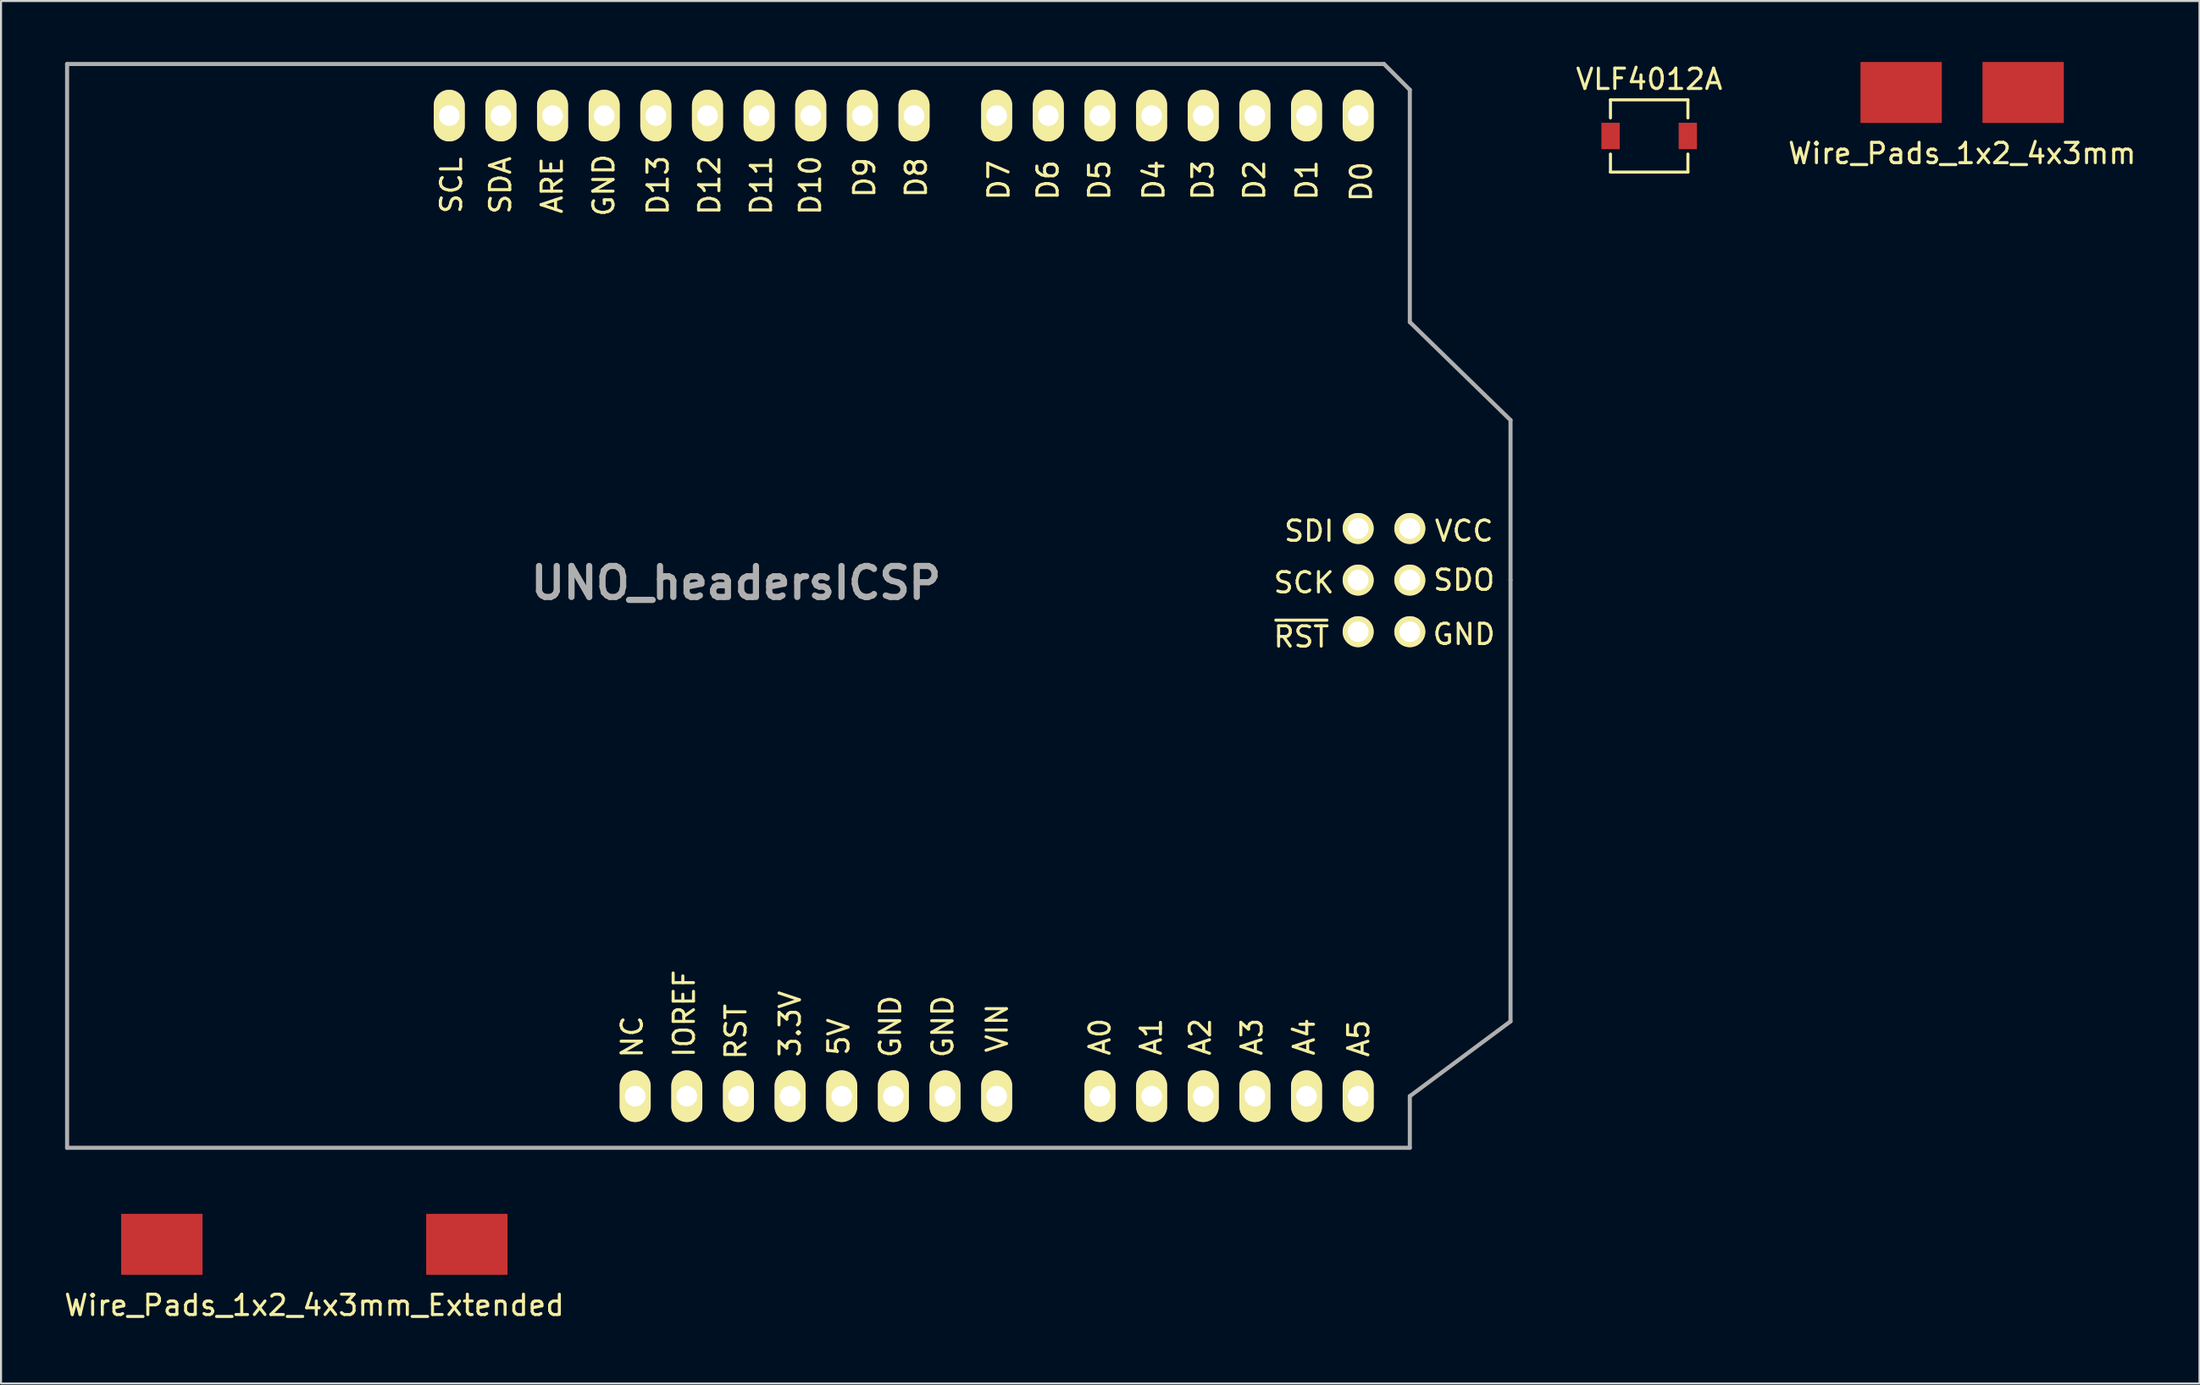
<source format=kicad_pcb>
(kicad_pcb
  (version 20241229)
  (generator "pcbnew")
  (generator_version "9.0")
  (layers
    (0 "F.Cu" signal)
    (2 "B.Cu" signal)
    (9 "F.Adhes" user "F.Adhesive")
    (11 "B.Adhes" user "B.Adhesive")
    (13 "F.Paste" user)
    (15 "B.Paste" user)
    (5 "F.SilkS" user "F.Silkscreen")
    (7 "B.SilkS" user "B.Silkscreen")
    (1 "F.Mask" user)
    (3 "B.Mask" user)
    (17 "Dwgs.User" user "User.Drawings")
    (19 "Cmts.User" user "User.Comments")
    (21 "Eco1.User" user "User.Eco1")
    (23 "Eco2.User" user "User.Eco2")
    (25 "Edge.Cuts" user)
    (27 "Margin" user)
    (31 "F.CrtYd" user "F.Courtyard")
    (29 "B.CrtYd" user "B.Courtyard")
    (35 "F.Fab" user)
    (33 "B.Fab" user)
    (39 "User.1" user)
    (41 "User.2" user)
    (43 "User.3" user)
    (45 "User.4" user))
  (footprint "UNO_headersICSP"
    (layer "F.Cu")
    (at 0.25 53.44)
    (property "Reference" "UNO_headersICSP" (at 32.9 -27.8 0) (layer "F.Fab") (effects (font (size 1.524 1.524) (thickness 0.305))))
    (attr through_hole)
    (fp_line (start 0 0) (end 0 -53.34) (stroke (width 0.2) (type solid)) (layer "F.Fab"))
    (fp_line (start 0 0) (end 66.04 0) (stroke (width 0.2) (type solid)) (layer "F.Fab"))
    (fp_line (start 64.77 -53.34) (end 0 -53.34) (stroke (width 0.2) (type solid)) (layer "F.Fab"))
    (fp_line (start 66.04 -52.07) (end 64.77 -53.34) (stroke (width 0.2) (type solid)) (layer "F.Fab"))
    (fp_line (start 66.04 -40.64) (end 66.04 -52.07) (stroke (width 0.2) (type solid)) (layer "F.Fab"))
    (fp_line (start 66.04 -40.64) (end 70.993 -35.814) (stroke (width 0.2) (type solid)) (layer "F.Fab"))
    (fp_line (start 66.04 -2.54) (end 66.04 0) (stroke (width 0.2) (type solid)) (layer "F.Fab"))
    (fp_line (start 66.04 -2.54) (end 70.993 -6.223) (stroke (width 0.2) (type solid)) (layer "F.Fab"))
    (fp_line (start 70.993 -35.814) (end 70.993 -27.94) (stroke (width 0.2) (type solid)) (layer "F.Fab"))
    (fp_line (start 70.993 -27.94) (end 70.993 -6.223) (stroke (width 0.2) (type solid)) (layer "F.Fab"))
    (fp_text user "A0" (at 50.8 -5.461 90) (layer "F.SilkS") (effects (font (size 1 1) (thickness 0.15))))
    (fp_text user "D9" (at 39.223 -47.752 90) (layer "F.SilkS") (effects (font (size 1 1) (thickness 0.15))))
    (fp_text user "SDO" (at 68.707 -27.94 0) (layer "F.SilkS") (effects (font (size 1 1) (thickness 0.15))))
    (fp_text user "D6" (at 48.24 -47.625 90) (layer "F.SilkS") (effects (font (size 1 1) (thickness 0.15))))
    (fp_text user "D1" (at 60.975 -47.625 90) (layer "F.SilkS") (effects (font (size 1 1) (thickness 0.15))))
    (fp_text user "SCK" (at 60.833 -27.813 0) (layer "F.SilkS") (effects (font (size 1 1) (thickness 0.15))))
    (fp_text user "A1" (at 53.32 -5.461 90) (layer "F.SilkS") (effects (font (size 1 1) (thickness 0.15))))
    (fp_text user "A2" (at 55.733 -5.461 90) (layer "F.SilkS") (effects (font (size 1 1) (thickness 0.15))))
    (fp_text user "D0" (at 63.65 -47.55 90) (layer "F.SilkS") (effects (font (size 1 1) (thickness 0.15))))
    (fp_text user "D11" (at 34.143 -47.371 90) (layer "F.SilkS") (effects (font (size 1 1) (thickness 0.15))))
    (fp_text user "IOREF" (at 30.353 -6.604 90) (layer "F.SilkS") (effects (font (size 1 1) (thickness 0.15))))
    (fp_text user "D13" (at 29.063 -47.371 90) (layer "F.SilkS") (effects (font (size 1 1) (thickness 0.15))))
    (fp_text user "~{RST}" (at 60.706 -25.146 0) (layer "F.SilkS") (effects (font (size 1 1) (thickness 0.15))))
    (fp_text user "VIN" (at 45.743 -5.894 90) (layer "F.SilkS") (effects (font (size 1 1) (thickness 0.15))))
    (fp_text user "D12" (at 31.603 -47.371 90) (layer "F.SilkS") (effects (font (size 1 1) (thickness 0.15))))
    (fp_text user "RST" (at 32.893 -5.715 90) (layer "F.SilkS") (effects (font (size 1 1) (thickness 0.15))))
    (fp_text user "5V" (at 37.953 -5.461 90) (layer "F.SilkS") (effects (font (size 1 1) (thickness 0.15))))
    (fp_text user "SCL" (at 18.903 -47.371 90) (layer "F.SilkS") (effects (font (size 1 1) (thickness 0.15))))
    (fp_text user "GND" (at 26.396 -47.371 90) (layer "F.SilkS") (effects (font (size 1 1) (thickness 0.15))))
    (fp_text user "A5" (at 63.523 -5.386 90) (layer "F.SilkS") (effects (font (size 1 1) (thickness 0.15))))
    (fp_text user "3.3V" (at 35.56 -6.096 90) (layer "F.SilkS") (effects (font (size 1 1) (thickness 0.15))))
    (fp_text user "GND" (at 43.068 -5.969 90) (layer "F.SilkS") (effects (font (size 1 1) (thickness 0.15))))
    (fp_text user "D3" (at 55.86 -47.625 90) (layer "F.SilkS") (effects (font (size 1 1) (thickness 0.15))))
    (fp_text user "NC" (at 27.793 -5.461 90) (layer "F.SilkS") (effects (font (size 1 1) (thickness 0.15))))
    (fp_text user "VCC" (at 68.707 -30.353 0) (layer "F.SilkS") (effects (font (size 1 1) (thickness 0.15))))
    (fp_text user "GND" (at 68.707 -25.273 0) (layer "F.SilkS") (effects (font (size 1 1) (thickness 0.15))))
    (fp_text user "A3" (at 58.273 -5.461 90) (layer "F.SilkS") (effects (font (size 1 1) (thickness 0.15))))
    (fp_text user "SDA" (at 21.316 -47.371 90) (layer "F.SilkS") (effects (font (size 1 1) (thickness 0.15))))
    (fp_text user "GND" (at 40.493 -5.969 90) (layer "F.SilkS") (effects (font (size 1 1) (thickness 0.15))))
    (fp_text user "D5" (at 50.78 -47.625 90) (layer "F.SilkS") (effects (font (size 1 1) (thickness 0.15))))
    (fp_text user "D7" (at 45.827 -47.625 90) (layer "F.SilkS") (effects (font (size 1 1) (thickness 0.15))))
    (fp_text user "D10" (at 36.556 -47.371 90) (layer "F.SilkS") (effects (font (size 1 1) (thickness 0.15))))
    (fp_text user "D4" (at 53.447 -47.625 90) (layer "F.SilkS") (effects (font (size 1 1) (thickness 0.15))))
    (fp_text user "D2" (at 58.4 -47.625 90) (layer "F.SilkS") (effects (font (size 1 1) (thickness 0.15))))
    (fp_text user "D8" (at 41.763 -47.752 90) (layer "F.SilkS") (effects (font (size 1 1) (thickness 0.15))))
    (fp_text user "A4" (at 60.848 -5.461 90) (layer "F.SilkS") (effects (font (size 1 1) (thickness 0.15))))
    (fp_text user "SDI" (at 61.087 -30.353 0) (layer "F.SilkS") (effects (font (size 1 1) (thickness 0.15))))
    (fp_text user "ARE" (at 23.856 -47.371 90) (layer "F.SilkS") (effects (font (size 1 1) (thickness 0.15))))
    (pad "3V3" thru_hole oval (at 35.56 -2.54 90) (size 2.54 1.524) (drill 1.016) (layers "*.Cu" "*.Mask" "F.SilkS"))
    (pad "5V" thru_hole oval (at 38.1 -2.54 90) (size 2.54 1.524) (drill 1.016) (layers "*.Cu" "*.Mask" "F.SilkS"))
    (pad "A0" thru_hole oval (at 50.8 -2.54 90) (size 2.54 1.524) (drill 1.016) (layers "*.Cu" "*.Mask" "F.SilkS"))
    (pad "A1" thru_hole oval (at 53.34 -2.54 90) (size 2.54 1.524) (drill 1.016) (layers "*.Cu" "*.Mask" "F.SilkS"))
    (pad "A2" thru_hole oval (at 55.88 -2.54 90) (size 2.54 1.524) (drill 1.016) (layers "*.Cu" "*.Mask" "F.SilkS"))
    (pad "A3" thru_hole oval (at 58.42 -2.54 90) (size 2.54 1.524) (drill 1.016) (layers "*.Cu" "*.Mask" "F.SilkS"))
    (pad "A4" thru_hole oval (at 60.96 -2.54 90) (size 2.54 1.524) (drill 1.016) (layers "*.Cu" "*.Mask" "F.SilkS"))
    (pad "A5" thru_hole oval (at 63.5 -2.54 90) (size 2.54 1.524) (drill 1.016) (layers "*.Cu" "*.Mask" "F.SilkS"))
    (pad "AREF" thru_hole oval (at 23.876 -50.8 90) (size 2.54 1.524) (drill 1.016) (layers "*.Cu" "*.Mask" "F.SilkS"))
    (pad "D0" thru_hole oval (at 63.5 -50.8 90) (size 2.54 1.524) (drill 1.016) (layers "*.Cu" "*.Mask" "F.SilkS"))
    (pad "D1" thru_hole oval (at 60.96 -50.8 90) (size 2.54 1.524) (drill 1.016) (layers "*.Cu" "*.Mask" "F.SilkS"))
    (pad "D2" thru_hole oval (at 58.42 -50.8 90) (size 2.54 1.524) (drill 1.016) (layers "*.Cu" "*.Mask" "F.SilkS"))
    (pad "D3" thru_hole oval (at 55.88 -50.8 90) (size 2.54 1.524) (drill 1.016) (layers "*.Cu" "*.Mask" "F.SilkS"))
    (pad "D4" thru_hole oval (at 53.34 -50.8 90) (size 2.54 1.524) (drill 1.016) (layers "*.Cu" "*.Mask" "F.SilkS"))
    (pad "D5" thru_hole oval (at 50.8 -50.8 90) (size 2.54 1.524) (drill 1.016) (layers "*.Cu" "*.Mask" "F.SilkS"))
    (pad "D6" thru_hole oval (at 48.26 -50.8 90) (size 2.54 1.524) (drill 1.016) (layers "*.Cu" "*.Mask" "F.SilkS"))
    (pad "D7" thru_hole oval (at 45.72 -50.8 90) (size 2.54 1.524) (drill 1.016) (layers "*.Cu" "*.Mask" "F.SilkS"))
    (pad "D8" thru_hole oval (at 41.656 -50.8 90) (size 2.54 1.524) (drill 1.016) (layers "*.Cu" "*.Mask" "F.SilkS"))
    (pad "D9" thru_hole oval (at 39.116 -50.8 90) (size 2.54 1.524) (drill 1.016) (layers "*.Cu" "*.Mask" "F.SilkS"))
    (pad "D10" thru_hole oval (at 36.576 -50.8 90) (size 2.54 1.524) (drill 1.016) (layers "*.Cu" "*.Mask" "F.SilkS"))
    (pad "D11" thru_hole oval (at 34.036 -50.8 90) (size 2.54 1.524) (drill 1.016) (layers "*.Cu" "*.Mask" "F.SilkS"))
    (pad "D12" thru_hole oval (at 31.496 -50.8 90) (size 2.54 1.524) (drill 1.016) (layers "*.Cu" "*.Mask" "F.SilkS"))
    (pad "D13" thru_hole oval (at 28.956 -50.8 90) (size 2.54 1.524) (drill 1.016) (layers "*.Cu" "*.Mask" "F.SilkS"))
    (pad "GND1" thru_hole oval (at 40.64 -2.54 90) (size 2.54 1.524) (drill 1.016) (layers "*.Cu" "*.Mask" "F.SilkS"))
    (pad "GND2" thru_hole oval (at 43.18 -2.54 90) (size 2.54 1.524) (drill 1.016) (layers "*.Cu" "*.Mask" "F.SilkS"))
    (pad "GND3" thru_hole oval (at 26.416 -50.8 90) (size 2.54 1.524) (drill 1.016) (layers "*.Cu" "*.Mask" "F.SilkS"))
    (pad "IO" thru_hole oval (at 30.48 -2.54 90) (size 2.54 1.524) (drill 1.016) (layers "*.Cu" "*.Mask" "F.SilkS"))
    (pad "NC" thru_hole oval (at 27.94 -2.54 90) (size 2.54 1.524) (drill 1.016) (layers "*.Cu" "*.Mask" "F.SilkS"))
    (pad "RST" thru_hole oval (at 33.02 -2.54 90) (size 2.54 1.524) (drill 1.016) (layers "*.Cu" "*.Mask" "F.SilkS"))
    (pad "SCL" thru_hole oval (at 18.796 -50.8 90) (size 2.54 1.524) (drill 1.016) (layers "*.Cu" "*.Mask" "F.SilkS"))
    (pad "SDA" thru_hole oval (at 21.336 -50.8 90) (size 2.54 1.524) (drill 1.016) (layers "*.Cu" "*.Mask" "F.SilkS"))
    (pad "SP1" thru_hole circle (at 63.5 -30.48 90) (size 1.524 1.524) (drill 1.016) (layers "*.Cu" "*.Mask" "F.SilkS"))
    (pad "SP2" thru_hole circle (at 66.04 -30.48 90) (size 1.524 1.524) (drill 1.016) (layers "*.Cu" "*.Mask" "F.SilkS"))
    (pad "SP3" thru_hole circle (at 63.5 -27.94 90) (size 1.524 1.524) (drill 1.016) (layers "*.Cu" "*.Mask" "F.SilkS"))
    (pad "SP4" thru_hole circle (at 66.04 -27.94 90) (size 1.524 1.524) (drill 1.016) (layers "*.Cu" "*.Mask" "F.SilkS"))
    (pad "SP5" thru_hole circle (at 63.5 -25.4 90) (size 1.524 1.524) (drill 1.016) (layers "*.Cu" "*.Mask" "F.SilkS"))
    (pad "SP6" thru_hole circle (at 66.04 -25.4 90) (size 1.524 1.524) (drill 1.016) (layers "*.Cu" "*.Mask" "F.SilkS"))
    (pad "VIN" thru_hole oval (at 45.72 -2.54 90) (size 2.54 1.524) (drill 1.016) (layers "*.Cu" "*.Mask" "F.SilkS")))
  (footprint "Wire_Pads_1x2_4x3mm"
    (layer "F.Cu")
    (at 93.456 1.5)
    (property "Reference" "Wire_Pads_1x2_4x3mm" (at 0 3 0) (layer "F.SilkS") (effects (font (size 1 1) (thickness 0.15))))
    (attr through_hole)
    (pad "1" smd rect (at -3 0) (size 4 3) (layers "F.Cu" "F.Mask" "F.Paste"))
    (pad "2" smd rect (at 3 0) (size 4 3) (layers "F.Cu" "F.Mask" "F.Paste")))
  (footprint "VLF4012A"
    (layer "F.Cu")
    (at 78.063 3.642)
    (property "Reference" "VLF4012A" (at 0 -2.794 0) (layer "F.SilkS") (effects (font (size 1 1) (thickness 0.15))))
    (attr through_hole)
    (fp_line (start -1.905 -1.778) (end -1.905 -0.889) (stroke (width 0.15) (type solid)) (layer "F.SilkS"))
    (fp_line (start -1.905 1.778) (end -1.905 0.889) (stroke (width 0.15) (type solid)) (layer "F.SilkS"))
    (fp_line (start -1.905 1.778) (end 1.905 1.778) (stroke (width 0.15) (type solid)) (layer "F.SilkS"))
    (fp_line (start 1.905 -1.778) (end -1.905 -1.778) (stroke (width 0.15) (type solid)) (layer "F.SilkS"))
    (fp_line (start 1.905 -1.778) (end 1.905 -0.889) (stroke (width 0.15) (type solid)) (layer "F.SilkS"))
    (fp_line (start 1.905 1.778) (end 1.905 0.889) (stroke (width 0.15) (type solid)) (layer "F.SilkS"))
    (pad "1" smd rect (at -1.9 0) (size 0.9 1.3) (layers "F.Cu" "F.Mask" "F.Paste"))
    (pad "2" smd rect (at 1.9 0) (size 0.9 1.3) (layers "F.Cu" "F.Mask" "F.Paste")))
  (footprint "Wire_Pads_1x2_4x3mm_Extended"
    (layer "F.Cu")
    (at 12.411 58.19)
    (property "Reference" "Wire_Pads_1x2_4x3mm_Extended" (at 0 3 0) (layer "F.SilkS") (effects (font (size 1 1) (thickness 0.15))))
    (attr through_hole)
    (pad "1" smd rect (at -7.5 0) (size 4 3) (layers "F.Cu" "F.Mask" "F.Paste"))
    (pad "2" smd rect (at 7.5 0) (size 4 3) (layers "F.Cu" "F.Mask" "F.Paste")))
  (gr_rect
    (start -3 -3)
    (end 105.129 65.038)
    (stroke (width 0.1) (type default))
    (fill no)
    (layer "Edge.Cuts")))
</source>
